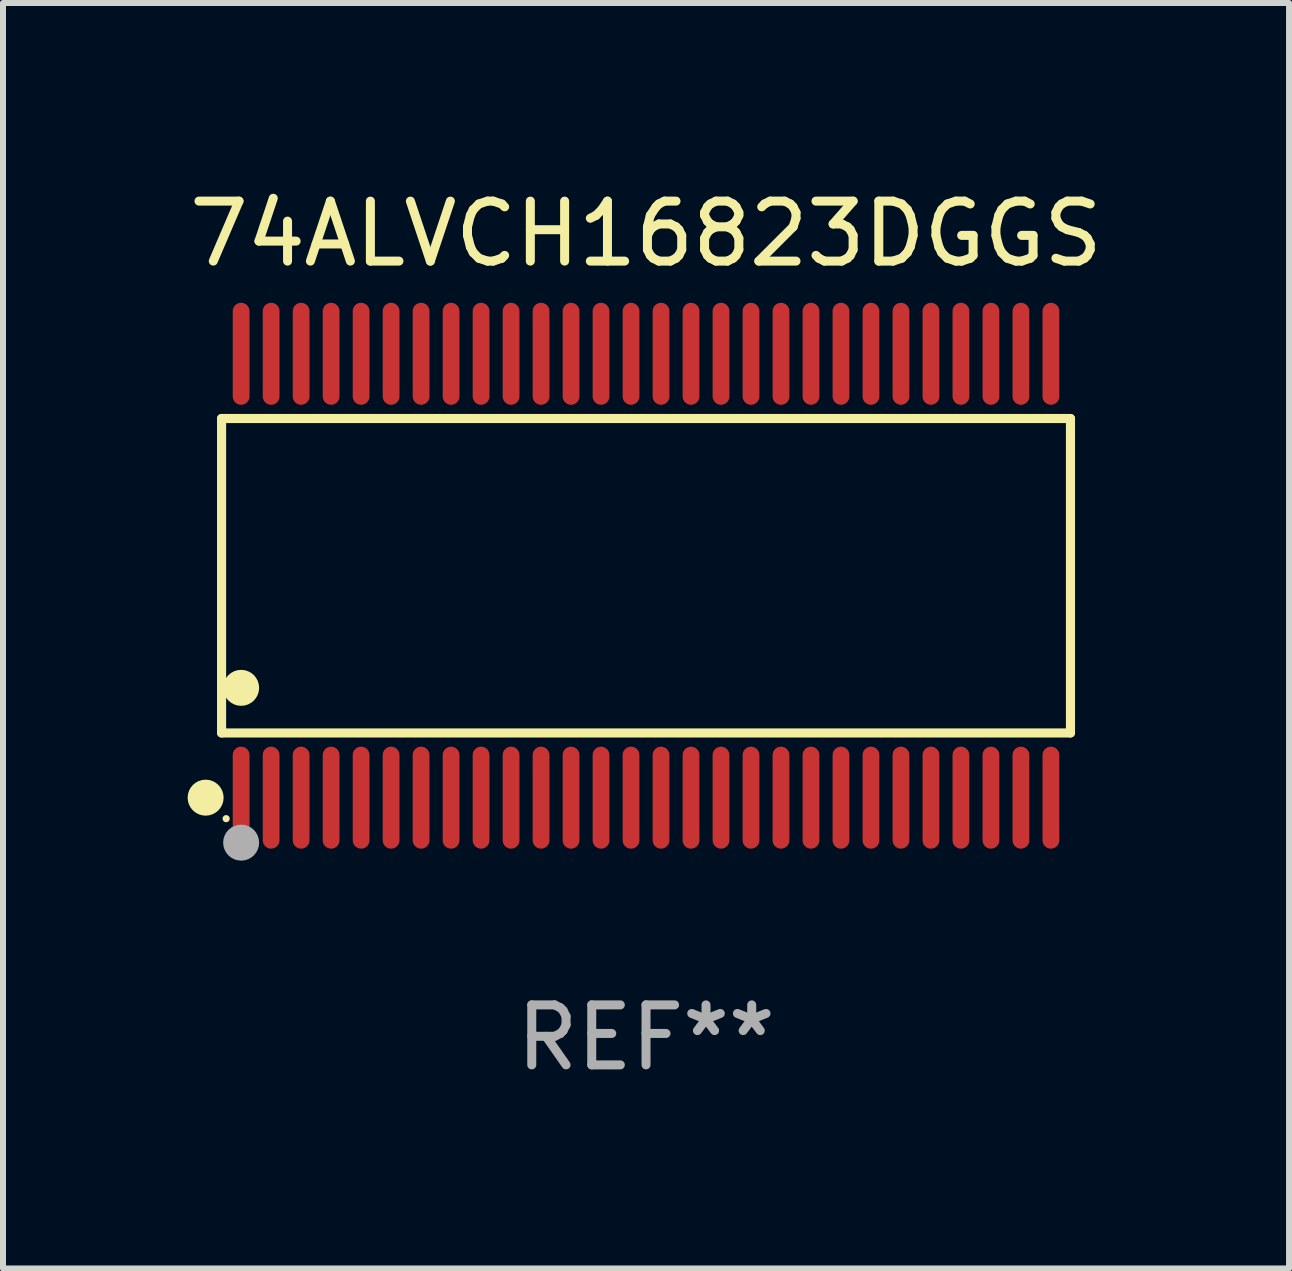
<source format=kicad_pcb>
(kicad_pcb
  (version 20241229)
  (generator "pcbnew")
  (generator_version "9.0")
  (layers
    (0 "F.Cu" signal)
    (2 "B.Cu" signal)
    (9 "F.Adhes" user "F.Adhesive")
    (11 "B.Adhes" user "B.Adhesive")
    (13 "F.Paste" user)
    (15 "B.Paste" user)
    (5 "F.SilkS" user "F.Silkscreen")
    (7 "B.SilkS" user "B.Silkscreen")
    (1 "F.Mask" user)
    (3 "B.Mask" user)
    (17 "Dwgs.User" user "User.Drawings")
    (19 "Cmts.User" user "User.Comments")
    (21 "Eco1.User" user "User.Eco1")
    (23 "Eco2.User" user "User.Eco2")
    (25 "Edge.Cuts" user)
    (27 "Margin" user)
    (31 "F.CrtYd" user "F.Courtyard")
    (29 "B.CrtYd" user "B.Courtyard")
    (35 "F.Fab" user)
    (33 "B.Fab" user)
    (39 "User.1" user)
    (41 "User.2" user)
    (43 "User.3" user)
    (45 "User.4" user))
  (footprint "74ALVCH16823DGGS"
    (layer "F.Cu")
    (at 7.72 6.548)
    (property "Reference" "74ALVCH16823DGGS" (at 0 -5.7 0) (layer "F.SilkS") (effects (font (size 1 1) (thickness 0.15))))
    (attr through_hole)
    (fp_line (start -7.076 -2.621) (end 7.076 -2.621) (stroke (width 0.152) (type solid)) (layer "F.SilkS"))
    (fp_line (start -7.076 2.621) (end -7.076 -2.621) (stroke (width 0.152) (type solid)) (layer "F.SilkS"))
    (fp_line (start 7.076 -2.621) (end 7.076 2.621) (stroke (width 0.152) (type solid)) (layer "F.SilkS"))
    (fp_line (start 7.076 2.621) (end -7.076 2.621) (stroke (width 0.152) (type solid)) (layer "F.SilkS"))
    (fp_circle (center -7.342 3.7) (end -7.192 3.7) (stroke (width 0.3) (type solid)) (fill no) (layer "F.SilkS"))
    (fp_circle (center -7 4.05) (end -6.97 4.05) (stroke (width 0.06) (type solid)) (fill no) (layer "F.SilkS"))
    (fp_circle (center -6.75 1.869) (end -6.6 1.869) (stroke (width 0.3) (type solid)) (fill no) (layer "F.SilkS"))
    (fp_circle (center -6.75 4.45) (end -6.6 4.45) (stroke (width 0.3) (type solid)) (fill no) (layer "F.Fab"))
    (fp_text user "REF**" (at 0 7.7 0) (layer "F.Fab") (effects (font (size 1 1) (thickness 0.15))))
    (pad "1" smd oval (at -6.75 3.7) (size 0.28 1.7) (layers "F.Cu" "F.Mask" "F.Paste"))
    (pad "2" smd oval (at -6.25 3.7) (size 0.28 1.7) (layers "F.Cu" "F.Mask" "F.Paste"))
    (pad "3" smd oval (at -5.75 3.7) (size 0.28 1.7) (layers "F.Cu" "F.Mask" "F.Paste"))
    (pad "4" smd oval (at -5.25 3.7) (size 0.28 1.7) (layers "F.Cu" "F.Mask" "F.Paste"))
    (pad "5" smd oval (at -4.75 3.7) (size 0.28 1.7) (layers "F.Cu" "F.Mask" "F.Paste"))
    (pad "6" smd oval (at -4.25 3.7) (size 0.28 1.7) (layers "F.Cu" "F.Mask" "F.Paste"))
    (pad "7" smd oval (at -3.75 3.7) (size 0.28 1.7) (layers "F.Cu" "F.Mask" "F.Paste"))
    (pad "8" smd oval (at -3.25 3.7) (size 0.28 1.7) (layers "F.Cu" "F.Mask" "F.Paste"))
    (pad "9" smd oval (at -2.75 3.7) (size 0.28 1.7) (layers "F.Cu" "F.Mask" "F.Paste"))
    (pad "10" smd oval (at -2.25 3.7) (size 0.28 1.7) (layers "F.Cu" "F.Mask" "F.Paste"))
    (pad "11" smd oval (at -1.75 3.7) (size 0.28 1.7) (layers "F.Cu" "F.Mask" "F.Paste"))
    (pad "12" smd oval (at -1.25 3.7) (size 0.28 1.7) (layers "F.Cu" "F.Mask" "F.Paste"))
    (pad "13" smd oval (at -0.75 3.7) (size 0.28 1.7) (layers "F.Cu" "F.Mask" "F.Paste"))
    (pad "14" smd oval (at -0.25 3.7) (size 0.28 1.7) (layers "F.Cu" "F.Mask" "F.Paste"))
    (pad "15" smd oval (at 0.25 3.7) (size 0.28 1.7) (layers "F.Cu" "F.Mask" "F.Paste"))
    (pad "16" smd oval (at 0.75 3.7) (size 0.28 1.7) (layers "F.Cu" "F.Mask" "F.Paste"))
    (pad "17" smd oval (at 1.25 3.7) (size 0.28 1.7) (layers "F.Cu" "F.Mask" "F.Paste"))
    (pad "18" smd oval (at 1.75 3.7) (size 0.28 1.7) (layers "F.Cu" "F.Mask" "F.Paste"))
    (pad "19" smd oval (at 2.25 3.7) (size 0.28 1.7) (layers "F.Cu" "F.Mask" "F.Paste"))
    (pad "20" smd oval (at 2.75 3.7) (size 0.28 1.7) (layers "F.Cu" "F.Mask" "F.Paste"))
    (pad "21" smd oval (at 3.25 3.7) (size 0.28 1.7) (layers "F.Cu" "F.Mask" "F.Paste"))
    (pad "22" smd oval (at 3.75 3.7) (size 0.28 1.7) (layers "F.Cu" "F.Mask" "F.Paste"))
    (pad "23" smd oval (at 4.25 3.7) (size 0.28 1.7) (layers "F.Cu" "F.Mask" "F.Paste"))
    (pad "24" smd oval (at 4.75 3.7) (size 0.28 1.7) (layers "F.Cu" "F.Mask" "F.Paste"))
    (pad "25" smd oval (at 5.25 3.7) (size 0.28 1.7) (layers "F.Cu" "F.Mask" "F.Paste"))
    (pad "26" smd oval (at 5.75 3.7) (size 0.28 1.7) (layers "F.Cu" "F.Mask" "F.Paste"))
    (pad "27" smd oval (at 6.25 3.7) (size 0.28 1.7) (layers "F.Cu" "F.Mask" "F.Paste"))
    (pad "28" smd oval (at 6.75 3.7) (size 0.28 1.7) (layers "F.Cu" "F.Mask" "F.Paste"))
    (pad "29" smd oval (at 6.75 -3.7) (size 0.28 1.7) (layers "F.Cu" "F.Mask" "F.Paste"))
    (pad "30" smd oval (at 6.25 -3.7) (size 0.28 1.7) (layers "F.Cu" "F.Mask" "F.Paste"))
    (pad "31" smd oval (at 5.75 -3.7) (size 0.28 1.7) (layers "F.Cu" "F.Mask" "F.Paste"))
    (pad "32" smd oval (at 5.25 -3.7) (size 0.28 1.7) (layers "F.Cu" "F.Mask" "F.Paste"))
    (pad "33" smd oval (at 4.75 -3.7) (size 0.28 1.7) (layers "F.Cu" "F.Mask" "F.Paste"))
    (pad "34" smd oval (at 4.25 -3.7) (size 0.28 1.7) (layers "F.Cu" "F.Mask" "F.Paste"))
    (pad "35" smd oval (at 3.75 -3.7) (size 0.28 1.7) (layers "F.Cu" "F.Mask" "F.Paste"))
    (pad "36" smd oval (at 3.25 -3.7) (size 0.28 1.7) (layers "F.Cu" "F.Mask" "F.Paste"))
    (pad "37" smd oval (at 2.75 -3.7) (size 0.28 1.7) (layers "F.Cu" "F.Mask" "F.Paste"))
    (pad "38" smd oval (at 2.25 -3.7) (size 0.28 1.7) (layers "F.Cu" "F.Mask" "F.Paste"))
    (pad "39" smd oval (at 1.75 -3.7) (size 0.28 1.7) (layers "F.Cu" "F.Mask" "F.Paste"))
    (pad "40" smd oval (at 1.25 -3.7) (size 0.28 1.7) (layers "F.Cu" "F.Mask" "F.Paste"))
    (pad "41" smd oval (at 0.75 -3.7) (size 0.28 1.7) (layers "F.Cu" "F.Mask" "F.Paste"))
    (pad "42" smd oval (at 0.25 -3.7) (size 0.28 1.7) (layers "F.Cu" "F.Mask" "F.Paste"))
    (pad "43" smd oval (at -0.25 -3.7) (size 0.28 1.7) (layers "F.Cu" "F.Mask" "F.Paste"))
    (pad "44" smd oval (at -0.75 -3.7) (size 0.28 1.7) (layers "F.Cu" "F.Mask" "F.Paste"))
    (pad "45" smd oval (at -1.25 -3.7) (size 0.28 1.7) (layers "F.Cu" "F.Mask" "F.Paste"))
    (pad "46" smd oval (at -1.75 -3.7) (size 0.28 1.7) (layers "F.Cu" "F.Mask" "F.Paste"))
    (pad "47" smd oval (at -2.25 -3.7) (size 0.28 1.7) (layers "F.Cu" "F.Mask" "F.Paste"))
    (pad "48" smd oval (at -2.75 -3.7) (size 0.28 1.7) (layers "F.Cu" "F.Mask" "F.Paste"))
    (pad "49" smd oval (at -3.25 -3.7) (size 0.28 1.7) (layers "F.Cu" "F.Mask" "F.Paste"))
    (pad "50" smd oval (at -3.75 -3.7) (size 0.28 1.7) (layers "F.Cu" "F.Mask" "F.Paste"))
    (pad "51" smd oval (at -4.25 -3.7) (size 0.28 1.7) (layers "F.Cu" "F.Mask" "F.Paste"))
    (pad "52" smd oval (at -4.75 -3.7) (size 0.28 1.7) (layers "F.Cu" "F.Mask" "F.Paste"))
    (pad "53" smd oval (at -5.25 -3.7) (size 0.28 1.7) (layers "F.Cu" "F.Mask" "F.Paste"))
    (pad "54" smd oval (at -5.75 -3.7) (size 0.28 1.7) (layers "F.Cu" "F.Mask" "F.Paste"))
    (pad "55" smd oval (at -6.25 -3.7) (size 0.28 1.7) (layers "F.Cu" "F.Mask" "F.Paste"))
    (pad "56" smd oval (at -6.75 -3.7) (size 0.28 1.7) (layers "F.Cu" "F.Mask" "F.Paste")))
  (gr_rect
    (start -3 -3)
    (end 18.44 18.097)
    (stroke (width 0.1) (type default))
    (fill no)
    (layer "Edge.Cuts")))
</source>
